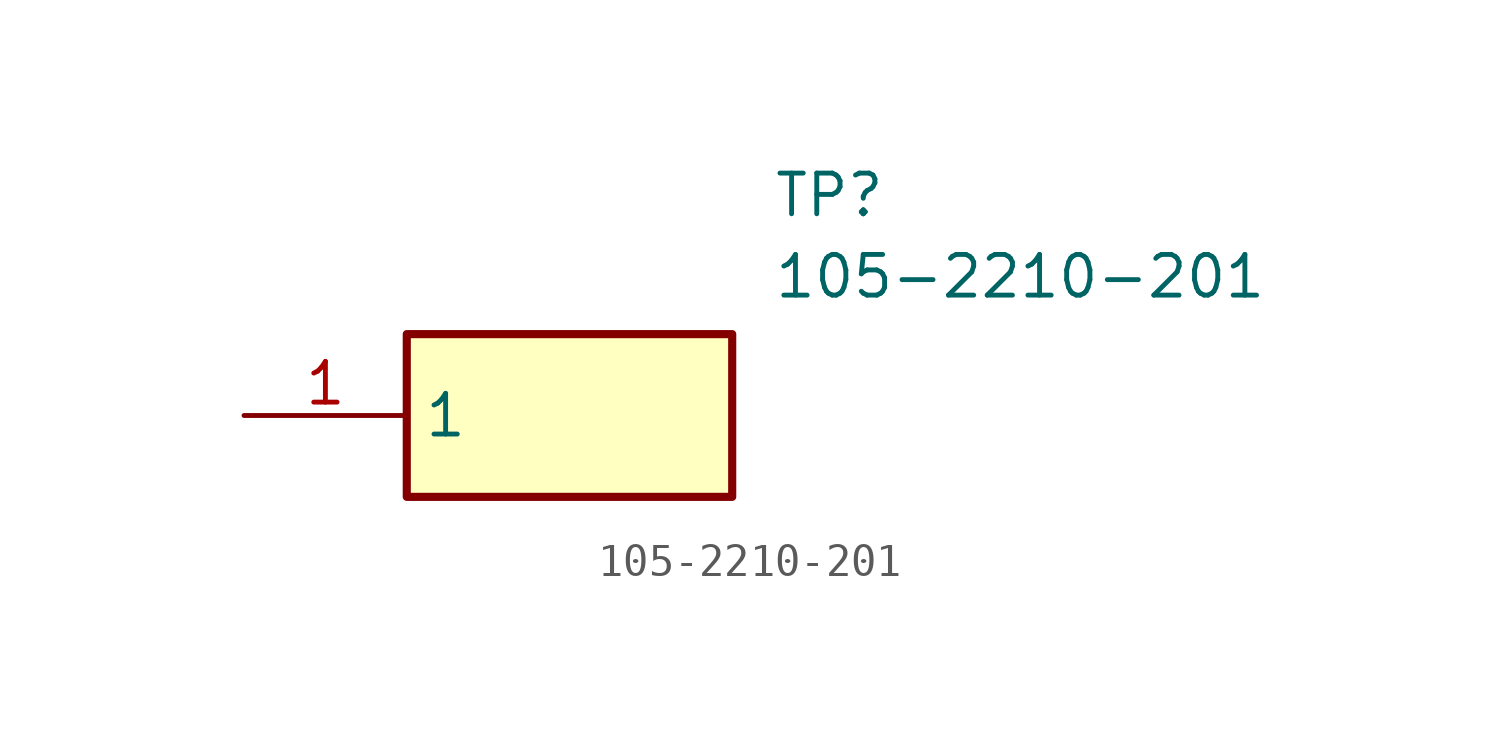
<source format=kicad_sym>
(kicad_symbol_lib
  (version 20211014)
  (generator SamacSys_ECAD_Model)
  (symbol "105-2210-201"
    (property "Reference" "TP"
      (at 16.51 7.62 0)
      (effects (font (size 1.27 1.27)) (justify left top)))
    (property "Value" "105-2210-201"
      (at 16.51 5.08 0)
      (effects (font (size 1.27 1.27)) (justify left top)))
    (rectangle
      (start 5.08 2.54)
      (end 15.24 -2.54)
      (stroke (width 0.254) (type default))
      (fill (type background)))
    (pin passive line
      (at 0 0 0)
      (length 5.08)
      (name "1" (effects (font (size 1.27 1.27))))
      (number "1" (effects (font (size 1.27 1.27)))))))
</source>
